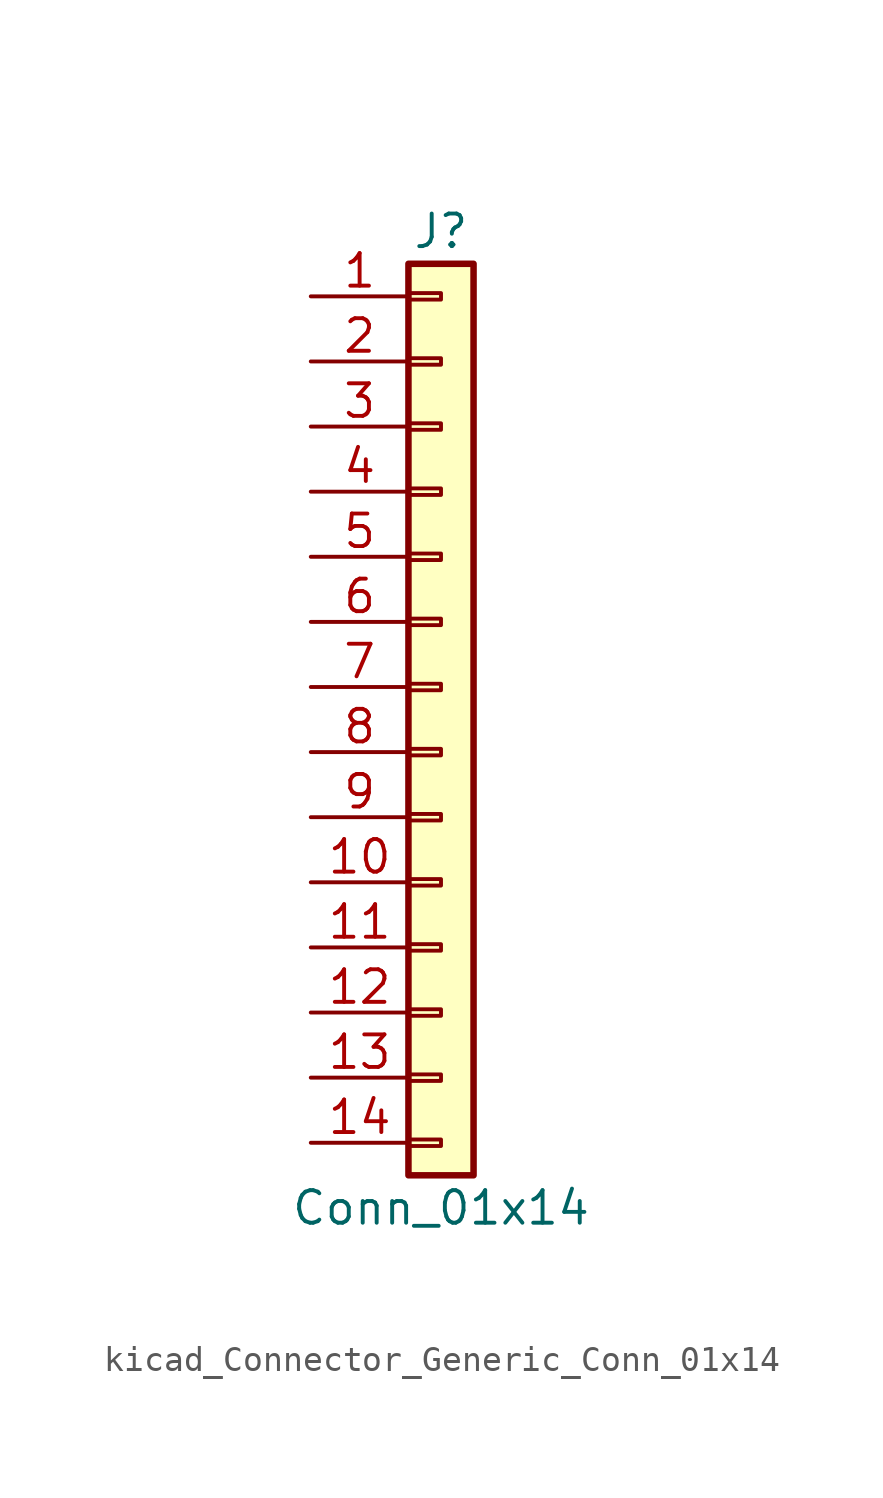
<source format=kicad_sym>
(kicad_symbol_lib
  (version 20220914)
  (generator kicad_symbol_editor)
  (symbol "kicad_Connector_Generic_Conn_01x14"
    (pin_names
      (offset 1.016) hide)
    (property "Reference" "J"
      (at 0 17.78 0)
      (effects (font (size 1.27 1.27))))
    (property "Value" "Conn_01x14"
      (at 0 -20.32 0)
      (effects (font (size 1.27 1.27))))
    (symbol "kicad_Connector_Generic_Conn_01x14_1_1"
      (rectangle (start -1.27 -17.653) (end 0 -17.907) (stroke (width 0.152) (type default)) (fill (type none)))
      (rectangle (start -1.27 -15.113) (end 0 -15.367) (stroke (width 0.152) (type default)) (fill (type none)))
      (rectangle (start -1.27 -12.573) (end 0 -12.827) (stroke (width 0.152) (type default)) (fill (type none)))
      (rectangle (start -1.27 -10.033) (end 0 -10.287) (stroke (width 0.152) (type default)) (fill (type none)))
      (rectangle (start -1.27 -7.493) (end 0 -7.747) (stroke (width 0.152) (type default)) (fill (type none)))
      (rectangle (start -1.27 -4.953) (end 0 -5.207) (stroke (width 0.152) (type default)) (fill (type none)))
      (rectangle (start -1.27 -2.413) (end 0 -2.667) (stroke (width 0.152) (type default)) (fill (type none)))
      (rectangle (start -1.27 0.127) (end 0 -0.127) (stroke (width 0.152) (type default)) (fill (type none)))
      (rectangle (start -1.27 2.667) (end 0 2.413) (stroke (width 0.152) (type default)) (fill (type none)))
      (rectangle (start -1.27 5.207) (end 0 4.953) (stroke (width 0.152) (type default)) (fill (type none)))
      (rectangle (start -1.27 7.747) (end 0 7.493) (stroke (width 0.152) (type default)) (fill (type none)))
      (rectangle (start -1.27 10.287) (end 0 10.033) (stroke (width 0.152) (type default)) (fill (type none)))
      (rectangle (start -1.27 12.827) (end 0 12.573) (stroke (width 0.152) (type default)) (fill (type none)))
      (rectangle (start -1.27 15.367) (end 0 15.113) (stroke (width 0.152) (type default)) (fill (type none)))
      (rectangle (start -1.27 16.51) (end 1.27 -19.05) (stroke (width 0.254) (type default)) (fill (type background)))
      (pin passive line (at -5.08 15.24 0) (length 3.81) (name "Pin_1" (effects (font (size 1.27 1.27)))) (number "1" (effects (font (size 1.27 1.27)))))
      (pin passive line (at -5.08 -7.62 0) (length 3.81) (name "Pin_10" (effects (font (size 1.27 1.27)))) (number "10" (effects (font (size 1.27 1.27)))))
      (pin passive line (at -5.08 -10.16 0) (length 3.81) (name "Pin_11" (effects (font (size 1.27 1.27)))) (number "11" (effects (font (size 1.27 1.27)))))
      (pin passive line (at -5.08 -12.7 0) (length 3.81) (name "Pin_12" (effects (font (size 1.27 1.27)))) (number "12" (effects (font (size 1.27 1.27)))))
      (pin passive line (at -5.08 -15.24 0) (length 3.81) (name "Pin_13" (effects (font (size 1.27 1.27)))) (number "13" (effects (font (size 1.27 1.27)))))
      (pin passive line (at -5.08 -17.78 0) (length 3.81) (name "Pin_14" (effects (font (size 1.27 1.27)))) (number "14" (effects (font (size 1.27 1.27)))))
      (pin passive line (at -5.08 12.7 0) (length 3.81) (name "Pin_2" (effects (font (size 1.27 1.27)))) (number "2" (effects (font (size 1.27 1.27)))))
      (pin passive line (at -5.08 10.16 0) (length 3.81) (name "Pin_3" (effects (font (size 1.27 1.27)))) (number "3" (effects (font (size 1.27 1.27)))))
      (pin passive line (at -5.08 7.62 0) (length 3.81) (name "Pin_4" (effects (font (size 1.27 1.27)))) (number "4" (effects (font (size 1.27 1.27)))))
      (pin passive line (at -5.08 5.08 0) (length 3.81) (name "Pin_5" (effects (font (size 1.27 1.27)))) (number "5" (effects (font (size 1.27 1.27)))))
      (pin passive line (at -5.08 2.54 0) (length 3.81) (name "Pin_6" (effects (font (size 1.27 1.27)))) (number "6" (effects (font (size 1.27 1.27)))))
      (pin passive line (at -5.08 0 0) (length 3.81) (name "Pin_7" (effects (font (size 1.27 1.27)))) (number "7" (effects (font (size 1.27 1.27)))))
      (pin passive line (at -5.08 -2.54 0) (length 3.81) (name "Pin_8" (effects (font (size 1.27 1.27)))) (number "8" (effects (font (size 1.27 1.27)))))
      (pin passive line (at -5.08 -5.08 0) (length 3.81) (name "Pin_9" (effects (font (size 1.27 1.27)))) (number "9" (effects (font (size 1.27 1.27))))))))
</source>
